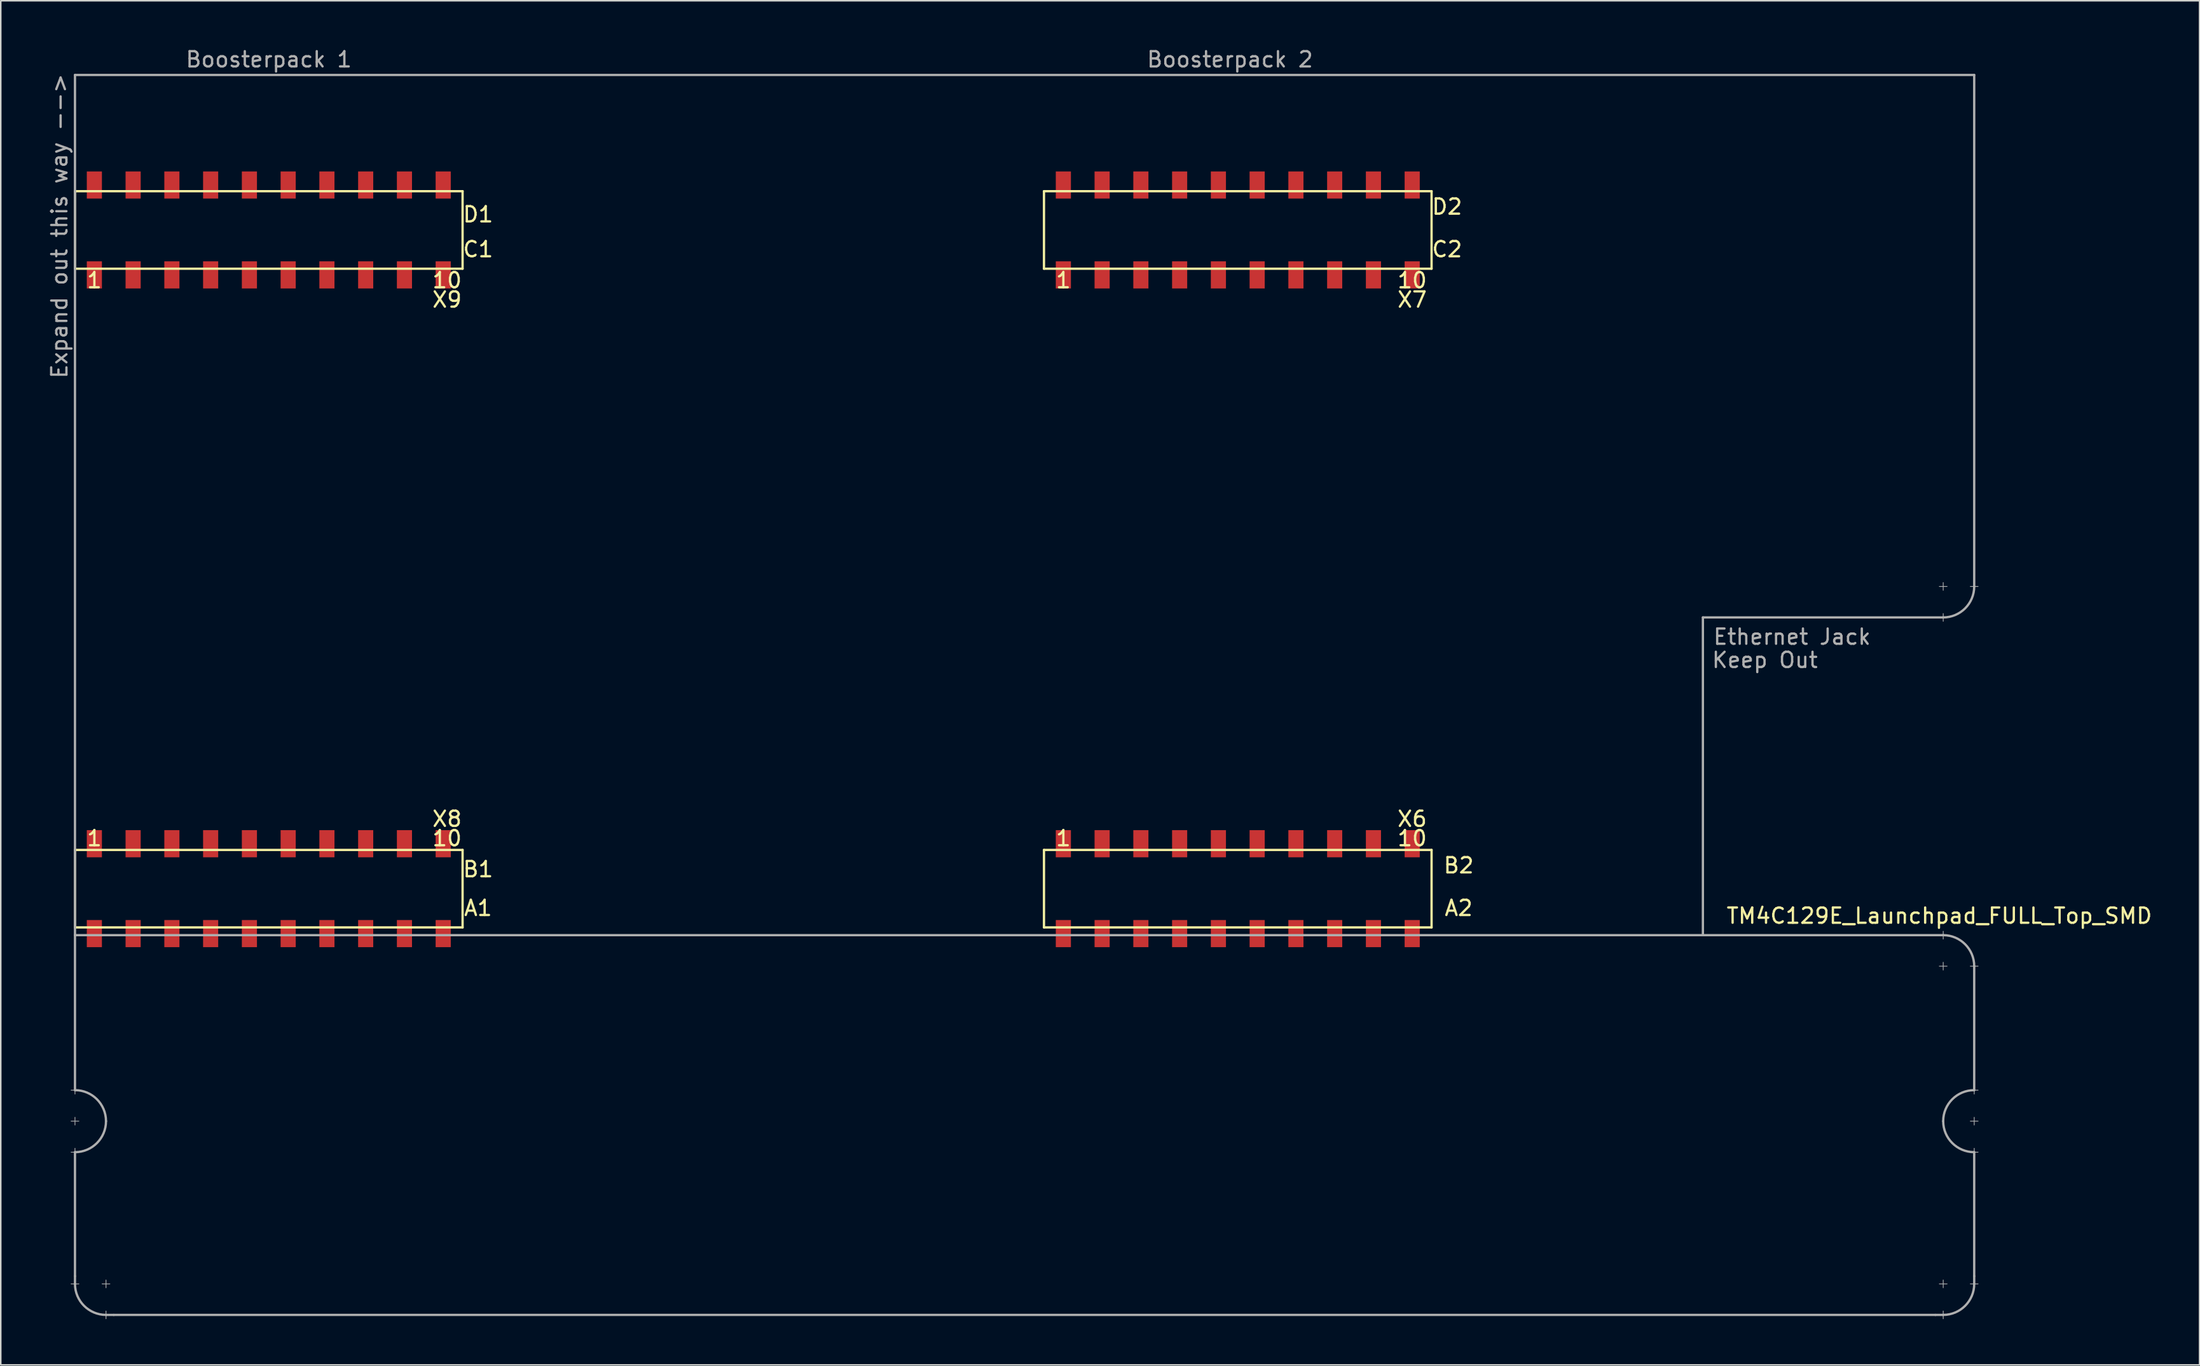
<source format=kicad_pcb>
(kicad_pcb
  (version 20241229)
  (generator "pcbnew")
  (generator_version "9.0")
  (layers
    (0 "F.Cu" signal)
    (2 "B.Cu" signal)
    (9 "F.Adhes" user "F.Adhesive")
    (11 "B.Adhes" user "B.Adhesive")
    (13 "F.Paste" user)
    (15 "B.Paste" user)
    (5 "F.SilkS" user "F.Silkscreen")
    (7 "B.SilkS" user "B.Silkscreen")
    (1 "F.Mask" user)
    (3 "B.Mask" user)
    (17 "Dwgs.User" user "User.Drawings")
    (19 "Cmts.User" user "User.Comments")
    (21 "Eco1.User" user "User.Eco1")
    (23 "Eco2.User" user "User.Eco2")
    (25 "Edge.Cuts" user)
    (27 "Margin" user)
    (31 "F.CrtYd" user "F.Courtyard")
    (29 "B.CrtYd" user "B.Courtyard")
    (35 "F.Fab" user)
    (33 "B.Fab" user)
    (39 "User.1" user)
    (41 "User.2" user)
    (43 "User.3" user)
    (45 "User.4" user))
  (footprint "TM4C129E_Launchpad_FULL_Top_SMD"
    (layer "F.Cu")
    (at 1.864 57.744)
    (property "Reference" "TM4C129E_Launchpad_FULL_Top_SMD" (at 122.174 -0.762 180) (layer "F.SilkS") (effects (font (size 1 1) (thickness 0.15))))
    (attr through_hole)
    (fp_line (start 0 -48.26) (end 0 -43.18) (stroke (width 0.15) (type solid)) (layer "F.SilkS"))
    (fp_line (start 0 -43.18) (end 25.4 -43.18) (stroke (width 0.15) (type solid)) (layer "F.SilkS"))
    (fp_line (start 0 -5.08) (end 0 0) (stroke (width 0.15) (type solid)) (layer "F.SilkS"))
    (fp_line (start 0 0) (end 25.4 0) (stroke (width 0.15) (type solid)) (layer "F.SilkS"))
    (fp_line (start 25.4 -48.26) (end 0 -48.26) (stroke (width 0.15) (type solid)) (layer "F.SilkS"))
    (fp_line (start 25.4 -43.18) (end 25.4 -48.26) (stroke (width 0.15) (type solid)) (layer "F.SilkS"))
    (fp_line (start 25.4 -5.08) (end 0 -5.08) (stroke (width 0.15) (type solid)) (layer "F.SilkS"))
    (fp_line (start 25.4 0) (end 25.4 -5.08) (stroke (width 0.15) (type solid)) (layer "F.SilkS"))
    (fp_line (start 63.5 -48.26) (end 63.5 -43.18) (stroke (width 0.15) (type solid)) (layer "F.SilkS"))
    (fp_line (start 63.5 -43.18) (end 88.9 -43.18) (stroke (width 0.15) (type solid)) (layer "F.SilkS"))
    (fp_line (start 63.5 -5.08) (end 63.5 0) (stroke (width 0.15) (type solid)) (layer "F.SilkS"))
    (fp_line (start 63.5 0) (end 88.9 0) (stroke (width 0.15) (type solid)) (layer "F.SilkS"))
    (fp_line (start 88.9 -48.26) (end 63.5 -48.26) (stroke (width 0.15) (type solid)) (layer "F.SilkS"))
    (fp_line (start 88.9 -43.18) (end 88.9 -48.26) (stroke (width 0.15) (type solid)) (layer "F.SilkS"))
    (fp_line (start 88.9 -5.08) (end 63.5 -5.08) (stroke (width 0.15) (type solid)) (layer "F.SilkS"))
    (fp_line (start 88.9 0) (end 88.9 -5.08) (stroke (width 0.15) (type solid)) (layer "F.SilkS"))
    (fp_line (start -0.254 10.668) (end 0.254 10.668) (stroke (width 0.05) (type solid)) (layer "F.Fab"))
    (fp_line (start -0.254 12.7) (end 0.254 12.7) (stroke (width 0.05) (type solid)) (layer "F.Fab"))
    (fp_line (start -0.254 14.732) (end 0.254 14.732) (stroke (width 0.05) (type solid)) (layer "F.Fab"))
    (fp_line (start 0 -55.88) (end 0 0.508) (stroke (width 0.15) (type solid)) (layer "F.Fab"))
    (fp_line (start 0 -55.88) (end 124.46 -55.88) (stroke (width 0.15) (type solid)) (layer "F.Fab"))
    (fp_line (start 0 0.508) (end 122.428 0.508) (stroke (width 0.15) (type solid)) (layer "F.Fab"))
    (fp_line (start 0 10.414) (end 0 10.922) (stroke (width 0.05) (type solid)) (layer "F.Fab"))
    (fp_line (start 0 10.668) (end 0 0.508) (stroke (width 0.15) (type solid)) (layer "F.Fab"))
    (fp_line (start 0 12.446) (end 0 12.954) (stroke (width 0.05) (type solid)) (layer "F.Fab"))
    (fp_line (start 0 14.478) (end 0 14.986) (stroke (width 0.05) (type solid)) (layer "F.Fab"))
    (fp_line (start 0 22.86) (end 0 14.732) (stroke (width 0.15) (type solid)) (layer "F.Fab"))
    (fp_line (start 0 22.86) (end 0 23.368) (stroke (width 0.15) (type solid)) (layer "F.Fab"))
    (fp_line (start 0.254 23.368) (end -0.254 23.368) (stroke (width 0.05) (type solid)) (layer "F.Fab"))
    (fp_line (start 1.778 23.368) (end 2.286 23.368) (stroke (width 0.05) (type solid)) (layer "F.Fab"))
    (fp_line (start 2.032 23.114) (end 2.032 23.622) (stroke (width 0.05) (type solid)) (layer "F.Fab"))
    (fp_line (start 2.032 25.146) (end 2.032 25.654) (stroke (width 0.05) (type solid)) (layer "F.Fab"))
    (fp_line (start 2.032 25.4) (end 2.54 25.4) (stroke (width 0.15) (type solid)) (layer "F.Fab"))
    (fp_line (start 2.54 25.4) (end 121.92 25.4) (stroke (width 0.15) (type solid)) (layer "F.Fab"))
    (fp_line (start 106.68 -20.32) (end 106.68 0.508) (stroke (width 0.15) (type solid)) (layer "F.Fab"))
    (fp_line (start 121.92 25.4) (end 122.428 25.4) (stroke (width 0.15) (type solid)) (layer "F.Fab"))
    (fp_line (start 122.174 -22.352) (end 122.682 -22.352) (stroke (width 0.05) (type solid)) (layer "F.Fab"))
    (fp_line (start 122.174 2.54) (end 122.682 2.54) (stroke (width 0.05) (type solid)) (layer "F.Fab"))
    (fp_line (start 122.174 23.368) (end 122.682 23.368) (stroke (width 0.05) (type solid)) (layer "F.Fab"))
    (fp_line (start 122.428 -22.606) (end 122.428 -22.098) (stroke (width 0.05) (type solid)) (layer "F.Fab"))
    (fp_line (start 122.428 -20.574) (end 122.428 -20.066) (stroke (width 0.05) (type solid)) (layer "F.Fab"))
    (fp_line (start 122.428 -20.32) (end 106.68 -20.32) (stroke (width 0.15) (type solid)) (layer "F.Fab"))
    (fp_line (start 122.428 0.254) (end 122.428 0.762) (stroke (width 0.05) (type solid)) (layer "F.Fab"))
    (fp_line (start 122.428 2.286) (end 122.428 2.794) (stroke (width 0.05) (type solid)) (layer "F.Fab"))
    (fp_line (start 122.428 23.114) (end 122.428 23.622) (stroke (width 0.05) (type solid)) (layer "F.Fab"))
    (fp_line (start 122.428 25.146) (end 122.428 25.654) (stroke (width 0.05) (type solid)) (layer "F.Fab"))
    (fp_line (start 124.206 -22.352) (end 124.714 -22.352) (stroke (width 0.05) (type solid)) (layer "F.Fab"))
    (fp_line (start 124.206 2.54) (end 124.714 2.54) (stroke (width 0.05) (type solid)) (layer "F.Fab"))
    (fp_line (start 124.206 10.668) (end 124.714 10.668) (stroke (width 0.05) (type solid)) (layer "F.Fab"))
    (fp_line (start 124.206 12.7) (end 124.714 12.7) (stroke (width 0.05) (type solid)) (layer "F.Fab"))
    (fp_line (start 124.206 14.732) (end 124.714 14.732) (stroke (width 0.05) (type solid)) (layer "F.Fab"))
    (fp_line (start 124.206 23.368) (end 124.714 23.368) (stroke (width 0.05) (type solid)) (layer "F.Fab"))
    (fp_line (start 124.46 -55.88) (end 124.46 -22.352) (stroke (width 0.15) (type solid)) (layer "F.Fab"))
    (fp_line (start 124.46 10.414) (end 124.46 10.922) (stroke (width 0.05) (type solid)) (layer "F.Fab"))
    (fp_line (start 124.46 10.668) (end 124.46 2.54) (stroke (width 0.15) (type solid)) (layer "F.Fab"))
    (fp_line (start 124.46 12.446) (end 124.46 12.954) (stroke (width 0.05) (type solid)) (layer "F.Fab"))
    (fp_line (start 124.46 14.478) (end 124.46 14.986) (stroke (width 0.05) (type solid)) (layer "F.Fab"))
    (fp_line (start 124.46 14.732) (end 124.46 22.86) (stroke (width 0.15) (type solid)) (layer "F.Fab"))
    (fp_line (start 124.46 23.343) (end 124.46 22.86) (stroke (width 0.15) (type solid)) (layer "F.Fab"))
    (fp_arc (start 0 10.668) (mid 1.436841 11.263159) (end 2.032 12.7) (stroke (width 0.15) (type solid)) (layer "F.Fab"))
    (fp_arc (start 2.032 12.7) (mid 1.436841 14.136841) (end 0 14.732) (stroke (width 0.15) (type solid)) (layer "F.Fab"))
    (fp_arc (start 2.032 25.4) (mid 0.595159 24.804841) (end 0 23.368) (stroke (width 0.15) (type solid)) (layer "F.Fab"))
    (fp_arc (start 122.428 0.508) (mid 123.864841 1.103159) (end 124.46 2.54) (stroke (width 0.15) (type solid)) (layer "F.Fab"))
    (fp_arc (start 122.428 12.7) (mid 123.023159 11.263159) (end 124.46 10.668) (stroke (width 0.15) (type solid)) (layer "F.Fab"))
    (fp_arc (start 124.46 -22.352) (mid 123.864841 -20.915159) (end 122.428 -20.32) (stroke (width 0.15) (type solid)) (layer "F.Fab"))
    (fp_arc (start 124.46 14.732) (mid 123.023159 14.136841) (end 122.428 12.7) (stroke (width 0.15) (type solid)) (layer "F.Fab"))
    (fp_arc (start 124.46 23.368) (mid 123.864841 24.804841) (end 122.428 25.4) (stroke (width 0.15) (type solid)) (layer "F.Fab"))
    (fp_text user "C1" (at 26.416 -44.45 180) (layer "F.SilkS") (effects (font (size 1 1) (thickness 0.15))))
    (fp_text user "X9" (at 24.384 -41.148 180) (layer "F.SilkS") (effects (font (size 1 1) (thickness 0.15))))
    (fp_text user "1" (at 64.77 -42.418 180) (layer "F.SilkS") (effects (font (size 1 1) (thickness 0.15))))
    (fp_text user "10" (at 87.63 -42.418 180) (layer "F.SilkS") (effects (font (size 1 1) (thickness 0.15))))
    (fp_text user "C2" (at 89.916 -44.45 180) (layer "F.SilkS") (effects (font (size 1 1) (thickness 0.15))))
    (fp_text user "X6" (at 87.63 -7.112 0) (layer "F.SilkS") (effects (font (size 1 1) (thickness 0.15))))
    (fp_text user "X7" (at 87.63 -41.148 180) (layer "F.SilkS") (effects (font (size 1 1) (thickness 0.15))))
    (fp_text user "1" (at 64.77 -5.842 180) (layer "F.SilkS") (effects (font (size 1 1) (thickness 0.15))))
    (fp_text user "D2" (at 89.916 -47.244 0) (layer "F.SilkS") (effects (font (size 1 1) (thickness 0.15))))
    (fp_text user "10" (at 24.384 -5.842 180) (layer "F.SilkS") (effects (font (size 1 1) (thickness 0.15))))
    (fp_text user "10" (at 24.384 -42.418 180) (layer "F.SilkS") (effects (font (size 1 1) (thickness 0.15))))
    (fp_text user "D1" (at 26.416 -46.736 180) (layer "F.SilkS") (effects (font (size 1 1) (thickness 0.15))))
    (fp_text user "1" (at 1.27 -5.842 180) (layer "F.SilkS") (effects (font (size 1 1) (thickness 0.15))))
    (fp_text user "X8" (at 24.384 -7.112 180) (layer "F.SilkS") (effects (font (size 1 1) (thickness 0.15))))
    (fp_text user "B2" (at 90.678 -4.064 180) (layer "F.SilkS") (effects (font (size 1 1) (thickness 0.15))))
    (fp_text user "A2" (at 90.678 -1.27 180) (layer "F.SilkS") (effects (font (size 1 1) (thickness 0.15))))
    (fp_text user "1" (at 1.27 -42.418 180) (layer "F.SilkS") (effects (font (size 1 1) (thickness 0.15))))
    (fp_text user "10" (at 87.63 -5.842 180) (layer "F.SilkS") (effects (font (size 1 1) (thickness 0.15))))
    (fp_text user "A1" (at 26.416 -1.27 180) (layer "F.SilkS") (effects (font (size 1 1) (thickness 0.15))))
    (fp_text user "B1" (at 26.416 -3.81 180) (layer "F.SilkS") (effects (font (size 1 1) (thickness 0.15))))
    (fp_text user "Boosterpack 2" (at 75.692 -56.896 0) (layer "F.Fab") (effects (font (size 1 1) (thickness 0.15))))
    (fp_text user "Keep Out" (at 110.744 -17.526 0) (layer "F.Fab") (effects (font (size 1 1) (thickness 0.15))))
    (fp_text user "Expand out this way -->" (at -1.016 -45.974 90) (layer "F.Fab") (effects (font (size 1 1) (thickness 0.15))))
    (fp_text user "Boosterpack 1" (at 12.7 -56.896 0) (layer "F.Fab") (effects (font (size 1 1) (thickness 0.15))))
    (fp_text user "Ethernet Jack" (at 112.522 -19.05 0) (layer "F.Fab") (effects (font (size 1 1) (thickness 0.15))))
    (pad "+3V3" smd rect (at 1.27 0.406 180) (size 0.991 1.778) (layers "F.Cu" "F.Mask" "F.Paste"))
    (pad "+3V3" smd rect (at 64.77 0.406 180) (size 0.991 1.778) (layers "F.Cu" "F.Mask" "F.Paste"))
    (pad "+5V" smd rect (at 1.27 -5.486 180) (size 0.991 1.778) (layers "F.Cu" "F.Mask" "F.Paste"))
    (pad "+5V" smd rect (at 64.77 -5.486 180) (size 0.991 1.778) (layers "F.Cu" "F.Mask" "F.Paste"))
    (pad "GND" smd rect (at 1.27 -48.666 180) (size 0.991 1.778) (layers "F.Cu" "F.Mask" "F.Paste"))
    (pad "GND" smd rect (at 3.81 -5.486 180) (size 0.991 1.778) (layers "F.Cu" "F.Mask" "F.Paste"))
    (pad "GND" smd rect (at 64.77 -48.666 180) (size 0.991 1.778) (layers "F.Cu" "F.Mask" "F.Paste"))
    (pad "GND" smd rect (at 67.31 -5.486 180) (size 0.991 1.778) (layers "F.Cu" "F.Mask" "F.Paste"))
    (pad "PA4" smd rect (at 85.09 -5.486 180) (size 0.991 1.778) (layers "F.Cu" "F.Mask" "F.Paste"))
    (pad "PA5" smd rect (at 87.63 -5.486 180) (size 0.991 1.778) (layers "F.Cu" "F.Mask" "F.Paste"))
    (pad "PA6" smd rect (at 19.05 -5.486 180) (size 0.991 1.778) (layers "F.Cu" "F.Mask" "F.Paste"))
    (pad "PA7" smd rect (at 72.39 -48.666 180) (size 0.991 1.778) (layers "F.Cu" "F.Mask" "F.Paste"))
    (pad "PB2" smd rect (at 21.59 0.406 180) (size 0.991 1.778) (layers "F.Cu" "F.Mask" "F.Paste"))
    (pad "PB3" smd rect (at 24.13 0.406 180) (size 0.991 1.778) (layers "F.Cu" "F.Mask" "F.Paste"))
    (pad "PB4" smd rect (at 69.85 -5.486 180) (size 0.991 1.778) (layers "F.Cu" "F.Mask" "F.Paste"))
    (pad "PB5" smd rect (at 72.39 -5.486 180) (size 0.991 1.778) (layers "F.Cu" "F.Mask" "F.Paste"))
    (pad "PC4" smd rect (at 6.35 0.406 180) (size 0.991 1.778) (layers "F.Cu" "F.Mask" "F.Paste"))
    (pad "PC5" smd rect (at 8.89 0.406 180) (size 0.991 1.778) (layers "F.Cu" "F.Mask" "F.Paste"))
    (pad "PC6" smd rect (at 11.43 0.406 180) (size 0.991 1.778) (layers "F.Cu" "F.Mask" "F.Paste"))
    (pad "PC7" smd rect (at 19.05 0.406 180) (size 0.991 1.778) (layers "F.Cu" "F.Mask" "F.Paste"))
    (pad "PD0" smd rect (at 16.51 -48.666 180) (size 0.991 1.778) (layers "F.Cu" "F.Mask" "F.Paste"))
    (pad "PD1" smd rect (at 13.97 -48.666 180) (size 0.991 1.778) (layers "F.Cu" "F.Mask" "F.Paste"))
    (pad "PD2" smd rect (at 67.31 0.406 180) (size 0.991 1.778) (layers "F.Cu" "F.Mask" "F.Paste"))
    (pad "PD3" smd rect (at 16.51 0.406 180) (size 0.991 1.778) (layers "F.Cu" "F.Mask" "F.Paste"))
    (pad "PD4" smd rect (at 74.93 0.406 180) (size 0.991 1.778) (layers "F.Cu" "F.Mask" "F.Paste"))
    (pad "PD5" smd rect (at 77.47 0.406 180) (size 0.991 1.778) (layers "F.Cu" "F.Mask" "F.Paste"))
    (pad "PD7" smd rect (at 16.51 -5.486 180) (size 0.991 1.778) (layers "F.Cu" "F.Mask" "F.Paste"))
    (pad "PE0" smd rect (at 6.35 -5.486 180) (size 0.991 1.778) (layers "F.Cu" "F.Mask" "F.Paste"))
    (pad "PE1" smd rect (at 8.89 -5.486 180) (size 0.991 1.778) (layers "F.Cu" "F.Mask" "F.Paste"))
    (pad "PE2" smd rect (at 11.43 -5.486 180) (size 0.991 1.778) (layers "F.Cu" "F.Mask" "F.Paste"))
    (pad "PE3" smd rect (at 13.97 -5.486 180) (size 0.991 1.778) (layers "F.Cu" "F.Mask" "F.Paste"))
    (pad "PE4" smd rect (at 3.81 0.406 180) (size 0.991 1.778) (layers "F.Cu" "F.Mask" "F.Paste"))
    (pad "PE5" smd rect (at 13.97 0.406 180) (size 0.991 1.778) (layers "F.Cu" "F.Mask" "F.Paste"))
    (pad "PF1" smd rect (at 1.27 -42.774 180) (size 0.991 1.778) (layers "F.Cu" "F.Mask" "F.Paste"))
    (pad "PF2" smd rect (at 3.81 -42.774 180) (size 0.991 1.778) (layers "F.Cu" "F.Mask" "F.Paste"))
    (pad "PF3" smd rect (at 6.35 -42.774 180) (size 0.991 1.778) (layers "F.Cu" "F.Mask" "F.Paste"))
    (pad "PG0" smd rect (at 8.89 -42.774 180) (size 0.991 1.778) (layers "F.Cu" "F.Mask" "F.Paste"))
    (pad "PG1" smd rect (at 64.77 -42.774 180) (size 0.991 1.778) (layers "F.Cu" "F.Mask" "F.Paste"))
    (pad "PH0" smd rect (at 80.01 -42.774 180) (size 0.991 1.778) (layers "F.Cu" "F.Mask" "F.Paste"))
    (pad "PH1" smd rect (at 82.55 -42.774 180) (size 0.991 1.778) (layers "F.Cu" "F.Mask" "F.Paste"))
    (pad "PH2" smd rect (at 6.35 -48.666 180) (size 0.991 1.778) (layers "F.Cu" "F.Mask" "F.Paste"))
    (pad "PH3" smd rect (at 8.89 -48.666 180) (size 0.991 1.778) (layers "F.Cu" "F.Mask" "F.Paste"))
    (pad "PK0" smd rect (at 74.93 -5.486 180) (size 0.991 1.778) (layers "F.Cu" "F.Mask" "F.Paste"))
    (pad "PK1" smd rect (at 77.47 -5.486 180) (size 0.991 1.778) (layers "F.Cu" "F.Mask" "F.Paste"))
    (pad "PK2" smd rect (at 80.01 -5.486 180) (size 0.991 1.778) (layers "F.Cu" "F.Mask" "F.Paste"))
    (pad "PK3" smd rect (at 82.55 -5.486 180) (size 0.991 1.778) (layers "F.Cu" "F.Mask" "F.Paste"))
    (pad "PK4" smd rect (at 67.31 -42.774 180) (size 0.991 1.778) (layers "F.Cu" "F.Mask" "F.Paste"))
    (pad "PK5" smd rect (at 69.85 -42.774 180) (size 0.991 1.778) (layers "F.Cu" "F.Mask" "F.Paste"))
    (pad "PK6" smd rect (at 85.09 -42.774 180) (size 0.991 1.778) (layers "F.Cu" "F.Mask" "F.Paste"))
    (pad "PK7" smd rect (at 87.63 -42.774 180) (size 0.991 1.778) (layers "F.Cu" "F.Mask" "F.Paste"))
    (pad "PL0" smd rect (at 16.51 -42.774 180) (size 0.991 1.778) (layers "F.Cu" "F.Mask" "F.Paste"))
    (pad "PL1" smd rect (at 19.05 -42.774 180) (size 0.991 1.778) (layers "F.Cu" "F.Mask" "F.Paste"))
    (pad "PL2" smd rect (at 21.59 -42.774 180) (size 0.991 1.778) (layers "F.Cu" "F.Mask" "F.Paste"))
    (pad "PL3" smd rect (at 24.13 -42.774 180) (size 0.991 1.778) (layers "F.Cu" "F.Mask" "F.Paste"))
    (pad "PL4" smd rect (at 11.43 -42.774 180) (size 0.991 1.778) (layers "F.Cu" "F.Mask" "F.Paste"))
    (pad "PL5" smd rect (at 13.97 -42.774 180) (size 0.991 1.778) (layers "F.Cu" "F.Mask" "F.Paste"))
    (pad "PM0" smd rect (at 72.39 -42.774 180) (size 0.991 1.778) (layers "F.Cu" "F.Mask" "F.Paste"))
    (pad "PM1" smd rect (at 74.93 -42.774 180) (size 0.991 1.778) (layers "F.Cu" "F.Mask" "F.Paste"))
    (pad "PM2" smd rect (at 77.47 -42.774 180) (size 0.991 1.778) (layers "F.Cu" "F.Mask" "F.Paste"))
    (pad "PM3" smd rect (at 3.81 -48.666 180) (size 0.991 1.778) (layers "F.Cu" "F.Mask" "F.Paste"))
    (pad "PM4" smd rect (at 21.59 -5.486 180) (size 0.991 1.778) (layers "F.Cu" "F.Mask" "F.Paste"))
    (pad "PM5" smd rect (at 24.13 -5.486 180) (size 0.991 1.778) (layers "F.Cu" "F.Mask" "F.Paste"))
    (pad "PM6" smd rect (at 87.63 -48.666 180) (size 0.991 1.778) (layers "F.Cu" "F.Mask" "F.Paste"))
    (pad "PM7" smd rect (at 67.31 -48.666 180) (size 0.991 1.778) (layers "F.Cu" "F.Mask" "F.Paste"))
    (pad "PN2" smd rect (at 19.05 -48.666 180) (size 0.991 1.778) (layers "F.Cu" "F.Mask" "F.Paste"))
    (pad "PN3" smd rect (at 21.59 -48.666 180) (size 0.991 1.778) (layers "F.Cu" "F.Mask" "F.Paste"))
    (pad "PN4" smd rect (at 87.63 0.406 180) (size 0.991 1.778) (layers "F.Cu" "F.Mask" "F.Paste"))
    (pad "PN5" smd rect (at 85.09 0.406 180) (size 0.991 1.778) (layers "F.Cu" "F.Mask" "F.Paste"))
    (pad "PP0" smd rect (at 69.85 0.406 180) (size 0.991 1.778) (layers "F.Cu" "F.Mask" "F.Paste"))
    (pad "PP1" smd rect (at 72.39 0.406 180) (size 0.991 1.778) (layers "F.Cu" "F.Mask" "F.Paste"))
    (pad "PP2" smd rect (at 24.13 -48.666 180) (size 0.991 1.778) (layers "F.Cu" "F.Mask" "F.Paste"))
    (pad "PP3" smd rect (at 82.55 -48.666 180) (size 0.991 1.778) (layers "F.Cu" "F.Mask" "F.Paste"))
    (pad "PP4" smd rect (at 82.55 0.406 180) (size 0.991 1.778) (layers "F.Cu" "F.Mask" "F.Paste"))
    (pad "PP5" smd rect (at 69.85 -48.666 180) (size 0.991 1.778) (layers "F.Cu" "F.Mask" "F.Paste"))
    (pad "PQ0" smd rect (at 80.01 0.406 180) (size 0.991 1.778) (layers "F.Cu" "F.Mask" "F.Paste"))
    (pad "PQ1" smd rect (at 85.09 -48.666 180) (size 0.991 1.778) (layers "F.Cu" "F.Mask" "F.Paste"))
    (pad "PQ2" smd rect (at 77.47 -48.666 180) (size 0.991 1.778) (layers "F.Cu" "F.Mask" "F.Paste"))
    (pad "PQ3" smd rect (at 80.01 -48.666 180) (size 0.991 1.778) (layers "F.Cu" "F.Mask" "F.Paste"))
    (pad "Rese" smd rect (at 11.43 -48.666 180) (size 0.991 1.778) (layers "F.Cu" "F.Mask" "F.Paste"))
    (pad "Rese" smd rect (at 74.93 -48.666 180) (size 0.991 1.778) (layers "F.Cu" "F.Mask" "F.Paste")))
  (gr_rect
    (start -3 -3)
    (end 141.092 86.423)
    (stroke (width 0.1) (type default))
    (fill no)
    (layer "Edge.Cuts")))
</source>
